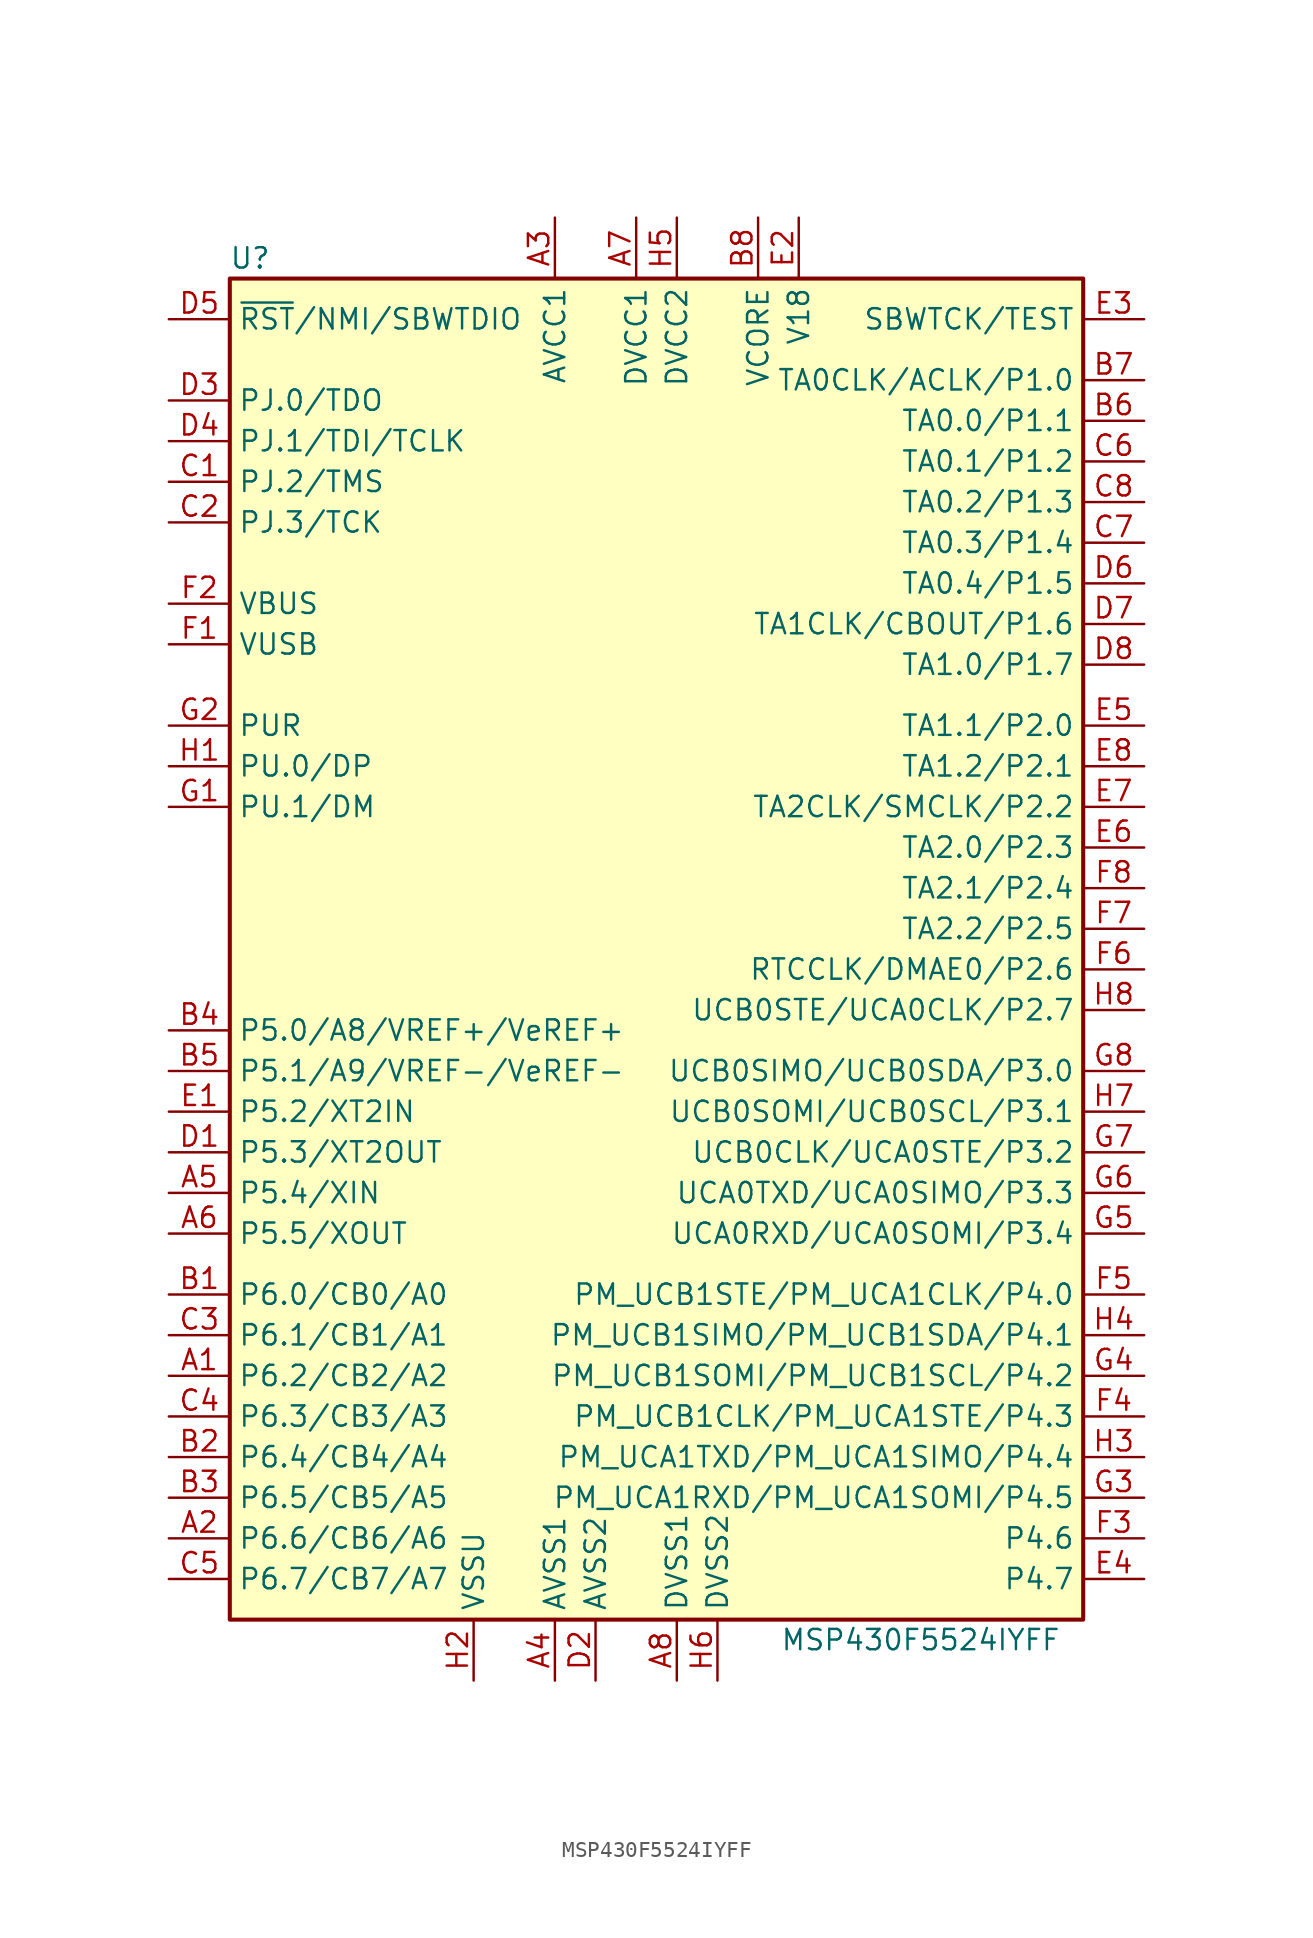
<source format=kicad_sym>
(kicad_symbol_lib
  (version 20201005)
  (generator kicad_symbol_editor)
  (symbol "MCU_Texas_MSP430:MSP430F5524IYFF"
    (property "Reference" "U"
      (at -25.4 43.18 0)
      (effects (font (size 1.27 1.27))))
    (property "Value" "MSP430F5524IYFF"
      (at 16.51 -43.18 0)
      (effects (font (size 1.27 1.27))))
    (symbol "MSP430F5524IYFF_0_1"
      (rectangle (start -26.67 41.91) (end 26.67 -41.91) (stroke (width 0.254)) (fill (type background))))
    (symbol "MSP430F5524IYFF_1_1"
      (pin bidirectional line (at -30.48 -26.67 0) (length 3.81) (name "P6.2/CB2/A2" (effects (font (size 1.27 1.27)))) (number "A1" (effects (font (size 1.27 1.27)))))
      (pin bidirectional line (at -30.48 -36.83 0) (length 3.81) (name "P6.6/CB6/A6" (effects (font (size 1.27 1.27)))) (number "A2" (effects (font (size 1.27 1.27)))))
      (pin power_in line (at -6.35 45.72 270) (length 3.81) (name "AVCC1" (effects (font (size 1.27 1.27)))) (number "A3" (effects (font (size 1.27 1.27)))))
      (pin power_in line (at -6.35 -45.72 90) (length 3.81) (name "AVSS1" (effects (font (size 1.27 1.27)))) (number "A4" (effects (font (size 1.27 1.27)))))
      (pin bidirectional line (at -30.48 -15.24 0) (length 3.81) (name "P5.4/XIN" (effects (font (size 1.27 1.27)))) (number "A5" (effects (font (size 1.27 1.27)))))
      (pin bidirectional line (at -30.48 -17.78 0) (length 3.81) (name "P5.5/XOUT" (effects (font (size 1.27 1.27)))) (number "A6" (effects (font (size 1.27 1.27)))))
      (pin power_in line (at -1.27 45.72 270) (length 3.81) (name "DVCC1" (effects (font (size 1.27 1.27)))) (number "A7" (effects (font (size 1.27 1.27)))))
      (pin power_in line (at 1.27 -45.72 90) (length 3.81) (name "DVSS1" (effects (font (size 1.27 1.27)))) (number "A8" (effects (font (size 1.27 1.27)))))
      (pin bidirectional line (at -30.48 -21.59 0) (length 3.81) (name "P6.0/CB0/A0" (effects (font (size 1.27 1.27)))) (number "B1" (effects (font (size 1.27 1.27)))))
      (pin bidirectional line (at -30.48 -31.75 0) (length 3.81) (name "P6.4/CB4/A4" (effects (font (size 1.27 1.27)))) (number "B2" (effects (font (size 1.27 1.27)))))
      (pin bidirectional line (at -30.48 -34.29 0) (length 3.81) (name "P6.5/CB5/A5" (effects (font (size 1.27 1.27)))) (number "B3" (effects (font (size 1.27 1.27)))))
      (pin bidirectional line (at -30.48 -5.08 0) (length 3.81) (name "P5.0/A8/VREF+/VeREF+" (effects (font (size 1.27 1.27)))) (number "B4" (effects (font (size 1.27 1.27)))))
      (pin bidirectional line (at -30.48 -7.62 0) (length 3.81) (name "P5.1/A9/VREF-/VeREF-" (effects (font (size 1.27 1.27)))) (number "B5" (effects (font (size 1.27 1.27)))))
      (pin bidirectional line (at 30.48 33.02 180) (length 3.81) (name "TA0.0/P1.1" (effects (font (size 1.27 1.27)))) (number "B6" (effects (font (size 1.27 1.27)))))
      (pin bidirectional line (at 30.48 35.56 180) (length 3.81) (name "TA0CLK/ACLK/P1.0" (effects (font (size 1.27 1.27)))) (number "B7" (effects (font (size 1.27 1.27)))))
      (pin bidirectional line (at 6.35 45.72 270) (length 3.81) (name "VCORE" (effects (font (size 1.27 1.27)))) (number "B8" (effects (font (size 1.27 1.27)))))
      (pin bidirectional line (at -30.48 29.21 0) (length 3.81) (name "PJ.2/TMS" (effects (font (size 1.27 1.27)))) (number "C1" (effects (font (size 1.27 1.27)))))
      (pin bidirectional line (at -30.48 26.67 0) (length 3.81) (name "PJ.3/TCK" (effects (font (size 1.27 1.27)))) (number "C2" (effects (font (size 1.27 1.27)))))
      (pin bidirectional line (at -30.48 -24.13 0) (length 3.81) (name "P6.1/CB1/A1" (effects (font (size 1.27 1.27)))) (number "C3" (effects (font (size 1.27 1.27)))))
      (pin bidirectional line (at -30.48 -29.21 0) (length 3.81) (name "P6.3/CB3/A3" (effects (font (size 1.27 1.27)))) (number "C4" (effects (font (size 1.27 1.27)))))
      (pin bidirectional line (at -30.48 -39.37 0) (length 3.81) (name "P6.7/CB7/A7" (effects (font (size 1.27 1.27)))) (number "C5" (effects (font (size 1.27 1.27)))))
      (pin bidirectional line (at 30.48 30.48 180) (length 3.81) (name "TA0.1/P1.2" (effects (font (size 1.27 1.27)))) (number "C6" (effects (font (size 1.27 1.27)))))
      (pin bidirectional line (at 30.48 25.4 180) (length 3.81) (name "TA0.3/P1.4" (effects (font (size 1.27 1.27)))) (number "C7" (effects (font (size 1.27 1.27)))))
      (pin bidirectional line (at 30.48 27.94 180) (length 3.81) (name "TA0.2/P1.3" (effects (font (size 1.27 1.27)))) (number "C8" (effects (font (size 1.27 1.27)))))
      (pin bidirectional line (at -30.48 -12.7 0) (length 3.81) (name "P5.3/XT2OUT" (effects (font (size 1.27 1.27)))) (number "D1" (effects (font (size 1.27 1.27)))))
      (pin power_in line (at -3.81 -45.72 90) (length 3.81) (name "AVSS2" (effects (font (size 1.27 1.27)))) (number "D2" (effects (font (size 1.27 1.27)))))
      (pin bidirectional line (at -30.48 34.29 0) (length 3.81) (name "PJ.0/TDO" (effects (font (size 1.27 1.27)))) (number "D3" (effects (font (size 1.27 1.27)))))
      (pin bidirectional line (at -30.48 31.75 0) (length 3.81) (name "PJ.1/TDI/TCLK" (effects (font (size 1.27 1.27)))) (number "D4" (effects (font (size 1.27 1.27)))))
      (pin input line (at -30.48 39.37 0) (length 3.81) (name "~RST~/NMI/SBWTDIO" (effects (font (size 1.27 1.27)))) (number "D5" (effects (font (size 1.27 1.27)))))
      (pin bidirectional line (at 30.48 22.86 180) (length 3.81) (name "TA0.4/P1.5" (effects (font (size 1.27 1.27)))) (number "D6" (effects (font (size 1.27 1.27)))))
      (pin bidirectional line (at 30.48 20.32 180) (length 3.81) (name "TA1CLK/CBOUT/P1.6" (effects (font (size 1.27 1.27)))) (number "D7" (effects (font (size 1.27 1.27)))))
      (pin bidirectional line (at 30.48 17.78 180) (length 3.81) (name "TA1.0/P1.7" (effects (font (size 1.27 1.27)))) (number "D8" (effects (font (size 1.27 1.27)))))
      (pin bidirectional line (at -30.48 -10.16 0) (length 3.81) (name "P5.2/XT2IN" (effects (font (size 1.27 1.27)))) (number "E1" (effects (font (size 1.27 1.27)))))
      (pin passive line (at 8.89 45.72 270) (length 3.81) (name "V18" (effects (font (size 1.27 1.27)))) (number "E2" (effects (font (size 1.27 1.27)))))
      (pin input line (at 30.48 39.37 180) (length 3.81) (name "SBWTCK/TEST" (effects (font (size 1.27 1.27)))) (number "E3" (effects (font (size 1.27 1.27)))))
      (pin bidirectional line (at 30.48 -39.37 180) (length 3.81) (name "P4.7" (effects (font (size 1.27 1.27)))) (number "E4" (effects (font (size 1.27 1.27)))))
      (pin bidirectional line (at 30.48 13.97 180) (length 3.81) (name "TA1.1/P2.0" (effects (font (size 1.27 1.27)))) (number "E5" (effects (font (size 1.27 1.27)))))
      (pin bidirectional line (at 30.48 6.35 180) (length 3.81) (name "TA2.0/P2.3" (effects (font (size 1.27 1.27)))) (number "E6" (effects (font (size 1.27 1.27)))))
      (pin bidirectional line (at 30.48 8.89 180) (length 3.81) (name "TA2CLK/SMCLK/P2.2" (effects (font (size 1.27 1.27)))) (number "E7" (effects (font (size 1.27 1.27)))))
      (pin bidirectional line (at 30.48 11.43 180) (length 3.81) (name "TA1.2/P2.1" (effects (font (size 1.27 1.27)))) (number "E8" (effects (font (size 1.27 1.27)))))
      (pin power_out line (at -30.48 19.05 0) (length 3.81) (name "VUSB" (effects (font (size 1.27 1.27)))) (number "F1" (effects (font (size 1.27 1.27)))))
      (pin power_in line (at -30.48 21.59 0) (length 3.81) (name "VBUS" (effects (font (size 1.27 1.27)))) (number "F2" (effects (font (size 1.27 1.27)))))
      (pin bidirectional line (at 30.48 -36.83 180) (length 3.81) (name "P4.6" (effects (font (size 1.27 1.27)))) (number "F3" (effects (font (size 1.27 1.27)))))
      (pin bidirectional line (at 30.48 -29.21 180) (length 3.81) (name "PM_UCB1CLK/PM_UCA1STE/P4.3" (effects (font (size 1.27 1.27)))) (number "F4" (effects (font (size 1.27 1.27)))))
      (pin bidirectional line (at 30.48 -21.59 180) (length 3.81) (name "PM_UCB1STE/PM_UCA1CLK/P4.0" (effects (font (size 1.27 1.27)))) (number "F5" (effects (font (size 1.27 1.27)))))
      (pin bidirectional line (at 30.48 -1.27 180) (length 3.81) (name "RTCCLK/DMAE0/P2.6" (effects (font (size 1.27 1.27)))) (number "F6" (effects (font (size 1.27 1.27)))))
      (pin bidirectional line (at 30.48 1.27 180) (length 3.81) (name "TA2.2/P2.5" (effects (font (size 1.27 1.27)))) (number "F7" (effects (font (size 1.27 1.27)))))
      (pin bidirectional line (at 30.48 3.81 180) (length 3.81) (name "TA2.1/P2.4" (effects (font (size 1.27 1.27)))) (number "F8" (effects (font (size 1.27 1.27)))))
      (pin bidirectional line (at -30.48 8.89 0) (length 3.81) (name "PU.1/DM" (effects (font (size 1.27 1.27)))) (number "G1" (effects (font (size 1.27 1.27)))))
      (pin bidirectional line (at -30.48 13.97 0) (length 3.81) (name "PUR" (effects (font (size 1.27 1.27)))) (number "G2" (effects (font (size 1.27 1.27)))))
      (pin bidirectional line (at 30.48 -34.29 180) (length 3.81) (name "PM_UCA1RXD/PM_UCA1SOMI/P4.5" (effects (font (size 1.27 1.27)))) (number "G3" (effects (font (size 1.27 1.27)))))
      (pin bidirectional line (at 30.48 -26.67 180) (length 3.81) (name "PM_UCB1SOMI/PM_UCB1SCL/P4.2" (effects (font (size 1.27 1.27)))) (number "G4" (effects (font (size 1.27 1.27)))))
      (pin bidirectional line (at 30.48 -17.78 180) (length 3.81) (name "UCA0RXD/UCA0SOMI/P3.4" (effects (font (size 1.27 1.27)))) (number "G5" (effects (font (size 1.27 1.27)))))
      (pin bidirectional line (at 30.48 -15.24 180) (length 3.81) (name "UCA0TXD/UCA0SIMO/P3.3" (effects (font (size 1.27 1.27)))) (number "G6" (effects (font (size 1.27 1.27)))))
      (pin bidirectional line (at 30.48 -12.7 180) (length 3.81) (name "UCB0CLK/UCA0STE/P3.2" (effects (font (size 1.27 1.27)))) (number "G7" (effects (font (size 1.27 1.27)))))
      (pin bidirectional line (at 30.48 -7.62 180) (length 3.81) (name "UCB0SIMO/UCB0SDA/P3.0" (effects (font (size 1.27 1.27)))) (number "G8" (effects (font (size 1.27 1.27)))))
      (pin bidirectional line (at -30.48 11.43 0) (length 3.81) (name "PU.0/DP" (effects (font (size 1.27 1.27)))) (number "H1" (effects (font (size 1.27 1.27)))))
      (pin power_in line (at -11.43 -45.72 90) (length 3.81) (name "VSSU" (effects (font (size 1.27 1.27)))) (number "H2" (effects (font (size 1.27 1.27)))))
      (pin bidirectional line (at 30.48 -31.75 180) (length 3.81) (name "PM_UCA1TXD/PM_UCA1SIMO/P4.4" (effects (font (size 1.27 1.27)))) (number "H3" (effects (font (size 1.27 1.27)))))
      (pin bidirectional line (at 30.48 -24.13 180) (length 3.81) (name "PM_UCB1SIMO/PM_UCB1SDA/P4.1" (effects (font (size 1.27 1.27)))) (number "H4" (effects (font (size 1.27 1.27)))))
      (pin power_in line (at 1.27 45.72 270) (length 3.81) (name "DVCC2" (effects (font (size 1.27 1.27)))) (number "H5" (effects (font (size 1.27 1.27)))))
      (pin power_in line (at 3.81 -45.72 90) (length 3.81) (name "DVSS2" (effects (font (size 1.27 1.27)))) (number "H6" (effects (font (size 1.27 1.27)))))
      (pin bidirectional line (at 30.48 -10.16 180) (length 3.81) (name "UCB0SOMI/UCB0SCL/P3.1" (effects (font (size 1.27 1.27)))) (number "H7" (effects (font (size 1.27 1.27)))))
      (pin bidirectional line (at 30.48 -3.81 180) (length 3.81) (name "UCB0STE/UCA0CLK/P2.7" (effects (font (size 1.27 1.27)))) (number "H8" (effects (font (size 1.27 1.27))))))))
</source>
